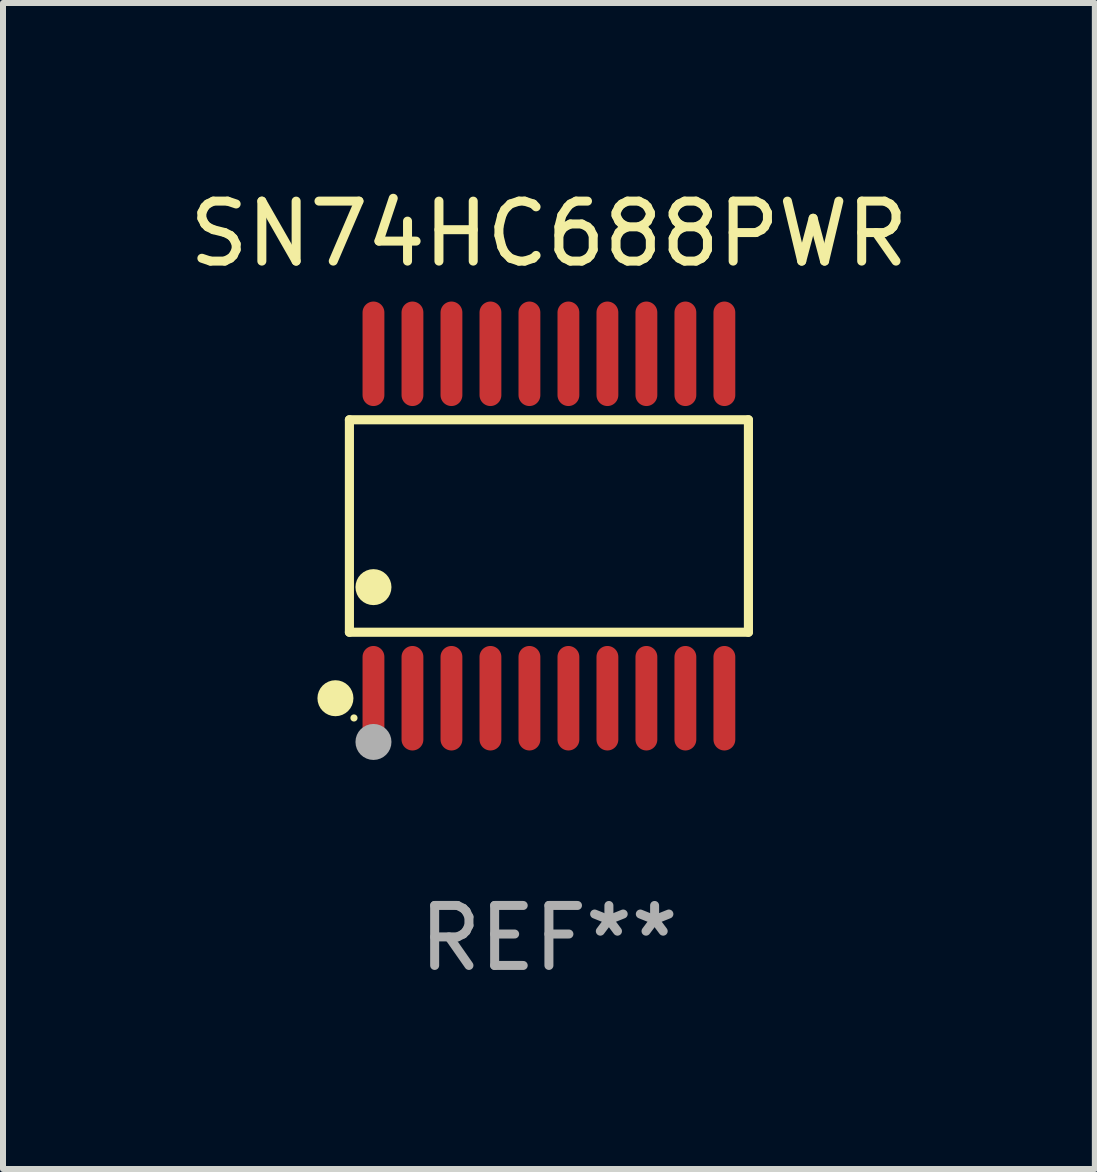
<source format=kicad_pcb>
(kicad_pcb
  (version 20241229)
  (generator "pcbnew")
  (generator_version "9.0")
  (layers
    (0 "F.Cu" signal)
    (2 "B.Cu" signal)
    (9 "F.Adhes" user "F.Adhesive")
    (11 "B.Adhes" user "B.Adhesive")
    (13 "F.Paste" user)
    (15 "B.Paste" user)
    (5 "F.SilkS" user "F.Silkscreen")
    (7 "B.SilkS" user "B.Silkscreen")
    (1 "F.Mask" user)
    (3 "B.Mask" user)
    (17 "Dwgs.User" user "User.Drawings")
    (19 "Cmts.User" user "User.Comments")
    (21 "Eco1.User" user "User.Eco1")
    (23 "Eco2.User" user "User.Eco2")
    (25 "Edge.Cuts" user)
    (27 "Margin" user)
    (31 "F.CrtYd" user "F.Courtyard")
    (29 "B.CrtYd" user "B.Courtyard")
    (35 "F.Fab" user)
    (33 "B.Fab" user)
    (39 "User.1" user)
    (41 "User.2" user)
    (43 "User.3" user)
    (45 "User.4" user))
  (footprint "SN74HC688PWR"
    (layer "F.Cu")
    (at 6.101 5.719)
    (property "Reference" "SN74HC688PWR" (at 0 -4.871 0) (layer "F.SilkS") (effects (font (size 1 1) (thickness 0.15))))
    (attr through_hole)
    (fp_line (start -3.326 -1.771) (end 3.326 -1.771) (stroke (width 0.152) (type solid)) (layer "F.SilkS"))
    (fp_line (start -3.326 1.771) (end -3.326 -1.771) (stroke (width 0.152) (type solid)) (layer "F.SilkS"))
    (fp_line (start 3.326 -1.771) (end 3.326 1.771) (stroke (width 0.152) (type solid)) (layer "F.SilkS"))
    (fp_line (start 3.326 1.771) (end -3.326 1.771) (stroke (width 0.152) (type solid)) (layer "F.SilkS"))
    (fp_circle (center -3.559 2.871) (end -3.409 2.871) (stroke (width 0.3) (type solid)) (fill no) (layer "F.SilkS"))
    (fp_circle (center -3.25 3.2) (end -3.22 3.2) (stroke (width 0.06) (type solid)) (fill no) (layer "F.SilkS"))
    (fp_circle (center -2.925 1.019) (end -2.775 1.019) (stroke (width 0.3) (type solid)) (fill no) (layer "F.SilkS"))
    (fp_circle (center -2.925 3.6) (end -2.775 3.6) (stroke (width 0.3) (type solid)) (fill no) (layer "F.Fab"))
    (fp_text user "REF**" (at 0 6.871 0) (layer "F.Fab") (effects (font (size 1 1) (thickness 0.15))))
    (pad "1" smd oval (at -2.925 2.871) (size 0.364 1.742) (layers "F.Cu" "F.Mask" "F.Paste"))
    (pad "2" smd oval (at -2.275 2.871) (size 0.364 1.742) (layers "F.Cu" "F.Mask" "F.Paste"))
    (pad "3" smd oval (at -1.625 2.871) (size 0.364 1.742) (layers "F.Cu" "F.Mask" "F.Paste"))
    (pad "4" smd oval (at -0.975 2.871) (size 0.364 1.742) (layers "F.Cu" "F.Mask" "F.Paste"))
    (pad "5" smd oval (at -0.325 2.871) (size 0.364 1.742) (layers "F.Cu" "F.Mask" "F.Paste"))
    (pad "6" smd oval (at 0.325 2.871) (size 0.364 1.742) (layers "F.Cu" "F.Mask" "F.Paste"))
    (pad "7" smd oval (at 0.975 2.871) (size 0.364 1.742) (layers "F.Cu" "F.Mask" "F.Paste"))
    (pad "8" smd oval (at 1.625 2.871) (size 0.364 1.742) (layers "F.Cu" "F.Mask" "F.Paste"))
    (pad "9" smd oval (at 2.275 2.871) (size 0.364 1.742) (layers "F.Cu" "F.Mask" "F.Paste"))
    (pad "10" smd oval (at 2.925 2.871) (size 0.364 1.742) (layers "F.Cu" "F.Mask" "F.Paste"))
    (pad "11" smd oval (at 2.925 -2.871) (size 0.364 1.742) (layers "F.Cu" "F.Mask" "F.Paste"))
    (pad "12" smd oval (at 2.275 -2.871) (size 0.364 1.742) (layers "F.Cu" "F.Mask" "F.Paste"))
    (pad "13" smd oval (at 1.625 -2.871) (size 0.364 1.742) (layers "F.Cu" "F.Mask" "F.Paste"))
    (pad "14" smd oval (at 0.975 -2.871) (size 0.364 1.742) (layers "F.Cu" "F.Mask" "F.Paste"))
    (pad "15" smd oval (at 0.325 -2.871) (size 0.364 1.742) (layers "F.Cu" "F.Mask" "F.Paste"))
    (pad "16" smd oval (at -0.325 -2.871) (size 0.364 1.742) (layers "F.Cu" "F.Mask" "F.Paste"))
    (pad "17" smd oval (at -0.975 -2.871) (size 0.364 1.742) (layers "F.Cu" "F.Mask" "F.Paste"))
    (pad "18" smd oval (at -1.625 -2.871) (size 0.364 1.742) (layers "F.Cu" "F.Mask" "F.Paste"))
    (pad "19" smd oval (at -2.275 -2.871) (size 0.364 1.742) (layers "F.Cu" "F.Mask" "F.Paste"))
    (pad "20" smd oval (at -2.925 -2.871) (size 0.364 1.742) (layers "F.Cu" "F.Mask" "F.Paste")))
  (gr_rect
    (start -3 -3)
    (end 15.202 16.438)
    (stroke (width 0.1) (type default))
    (fill no)
    (layer "Edge.Cuts")))
</source>
